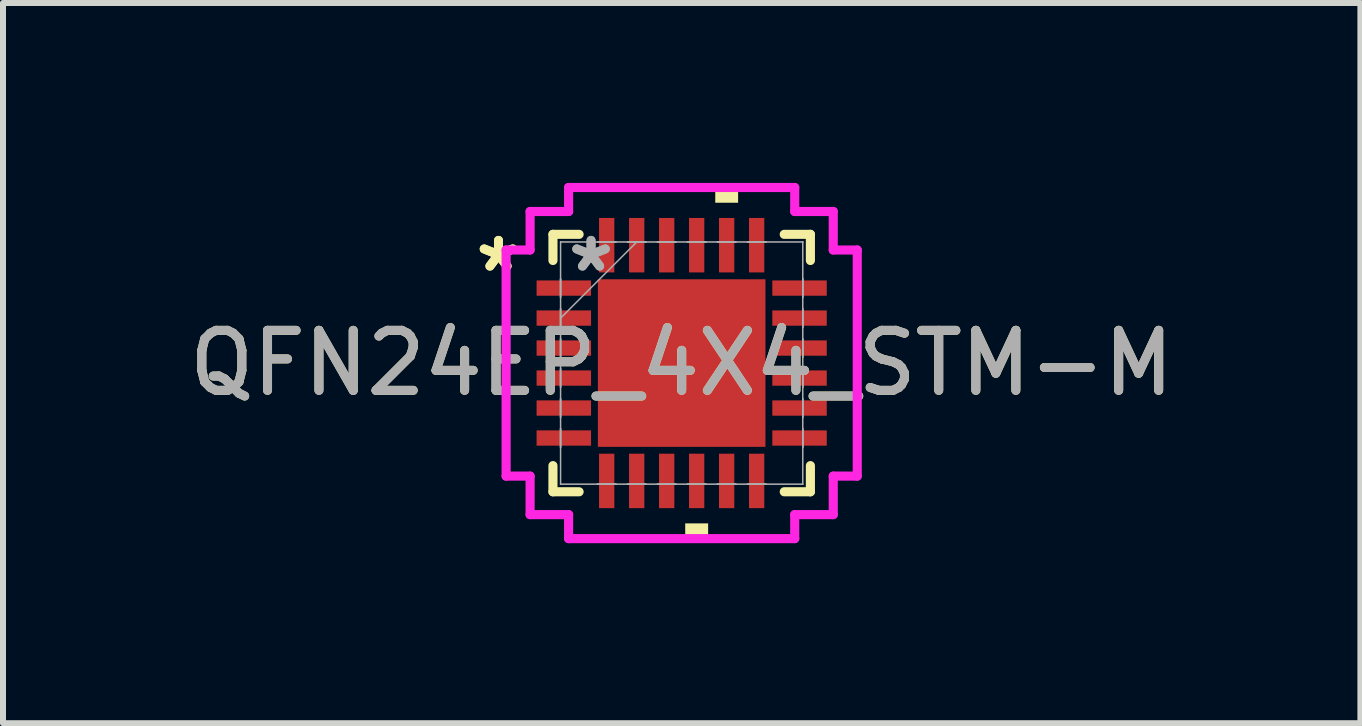
<source format=kicad_pcb>
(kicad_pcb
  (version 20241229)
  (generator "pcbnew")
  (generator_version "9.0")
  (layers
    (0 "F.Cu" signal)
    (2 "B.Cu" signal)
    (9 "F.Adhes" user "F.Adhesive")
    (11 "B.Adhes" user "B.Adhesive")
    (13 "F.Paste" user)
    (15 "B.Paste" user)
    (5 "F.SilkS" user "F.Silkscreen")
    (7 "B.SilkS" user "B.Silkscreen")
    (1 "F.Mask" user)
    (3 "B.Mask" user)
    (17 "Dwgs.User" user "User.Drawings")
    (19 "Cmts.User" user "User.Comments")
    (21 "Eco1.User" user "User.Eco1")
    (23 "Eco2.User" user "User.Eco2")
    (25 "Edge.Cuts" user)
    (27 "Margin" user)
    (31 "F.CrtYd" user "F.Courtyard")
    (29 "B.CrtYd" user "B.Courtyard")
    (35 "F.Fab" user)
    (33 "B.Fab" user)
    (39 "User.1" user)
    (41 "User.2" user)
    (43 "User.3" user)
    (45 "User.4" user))
  (footprint "QFN24EP_4X4_STM-M"
    (layer "F.Cu")
    (at 8.315 3.003)
    (property "Reference" "QFN24EP_4X4_STM-M" (at 0 0 0) (unlocked yes) (layer "F.SilkS") (effects (font (size 1 1) (thickness 0.15))))
    (attr smd)
    (fp_line (start -2.146 -2.146) (end -2.146 -1.71) (stroke (width 0.152) (type solid)) (layer "F.SilkS"))
    (fp_line (start -2.146 1.71) (end -2.146 2.146) (stroke (width 0.152) (type solid)) (layer "F.SilkS"))
    (fp_line (start -2.146 2.146) (end -1.71 2.146) (stroke (width 0.152) (type solid)) (layer "F.SilkS"))
    (fp_line (start -1.71 -2.146) (end -2.146 -2.146) (stroke (width 0.152) (type solid)) (layer "F.SilkS"))
    (fp_line (start 1.71 2.146) (end 2.146 2.146) (stroke (width 0.152) (type solid)) (layer "F.SilkS"))
    (fp_line (start 2.146 -2.146) (end 1.71 -2.146) (stroke (width 0.152) (type solid)) (layer "F.SilkS"))
    (fp_line (start 2.146 -1.71) (end 2.146 -2.146) (stroke (width 0.152) (type solid)) (layer "F.SilkS"))
    (fp_line (start 2.146 2.146) (end 2.146 1.71) (stroke (width 0.152) (type solid)) (layer "F.SilkS"))
    (fp_poly (pts (xy 0.059 2.673) (xy 0.059 2.927) (xy 0.441 2.927) (xy 0.441 2.673)) (stroke (width 0) (type solid)) (fill yes) (layer "F.SilkS"))
    (fp_poly (pts (xy 0.56 -2.673) (xy 0.56 -2.927) (xy 0.941 -2.927) (xy 0.941 -2.673)) (stroke (width 0) (type solid)) (fill yes) (layer "F.SilkS"))
    (fp_poly (pts (xy -1.297 -1.297) (xy -1.297 -0.1) (xy -0.1 -0.1) (xy -0.1 -1.297)) (stroke (width 0) (type solid)) (fill yes) (layer "F.Paste"))
    (fp_poly (pts (xy -1.297 0.1) (xy -1.297 1.297) (xy -0.1 1.297) (xy -0.1 0.1)) (stroke (width 0) (type solid)) (fill yes) (layer "F.Paste"))
    (fp_poly (pts (xy 0.1 -1.297) (xy 0.1 -0.1) (xy 1.297 -0.1) (xy 1.297 -1.297)) (stroke (width 0) (type solid)) (fill yes) (layer "F.Paste"))
    (fp_poly (pts (xy 0.1 0.1) (xy 0.1 1.297) (xy 1.297 1.297) (xy 1.297 0.1)) (stroke (width 0) (type solid)) (fill yes) (layer "F.Paste"))
    (fp_line (start -2.927 -1.885) (end -2.527 -1.885) (stroke (width 0.152) (type solid)) (layer "F.CrtYd"))
    (fp_line (start -2.927 1.885) (end -2.927 -1.885) (stroke (width 0.152) (type solid)) (layer "F.CrtYd"))
    (fp_line (start -2.527 -2.527) (end -1.885 -2.527) (stroke (width 0.152) (type solid)) (layer "F.CrtYd"))
    (fp_line (start -2.527 -1.885) (end -2.527 -2.527) (stroke (width 0.152) (type solid)) (layer "F.CrtYd"))
    (fp_line (start -2.527 1.885) (end -2.927 1.885) (stroke (width 0.152) (type solid)) (layer "F.CrtYd"))
    (fp_line (start -2.527 2.527) (end -2.527 1.885) (stroke (width 0.152) (type solid)) (layer "F.CrtYd"))
    (fp_line (start -1.885 -2.927) (end 1.885 -2.927) (stroke (width 0.152) (type solid)) (layer "F.CrtYd"))
    (fp_line (start -1.885 -2.527) (end -1.885 -2.927) (stroke (width 0.152) (type solid)) (layer "F.CrtYd"))
    (fp_line (start -1.885 2.527) (end -2.527 2.527) (stroke (width 0.152) (type solid)) (layer "F.CrtYd"))
    (fp_line (start -1.885 2.927) (end -1.885 2.527) (stroke (width 0.152) (type solid)) (layer "F.CrtYd"))
    (fp_line (start 1.885 -2.927) (end 1.885 -2.527) (stroke (width 0.152) (type solid)) (layer "F.CrtYd"))
    (fp_line (start 1.885 -2.527) (end 2.527 -2.527) (stroke (width 0.152) (type solid)) (layer "F.CrtYd"))
    (fp_line (start 1.885 2.527) (end 1.885 2.927) (stroke (width 0.152) (type solid)) (layer "F.CrtYd"))
    (fp_line (start 1.885 2.927) (end -1.885 2.927) (stroke (width 0.152) (type solid)) (layer "F.CrtYd"))
    (fp_line (start 2.527 -2.527) (end 2.527 -1.885) (stroke (width 0.152) (type solid)) (layer "F.CrtYd"))
    (fp_line (start 2.527 -1.885) (end 2.927 -1.885) (stroke (width 0.152) (type solid)) (layer "F.CrtYd"))
    (fp_line (start 2.527 1.885) (end 2.527 2.527) (stroke (width 0.152) (type solid)) (layer "F.CrtYd"))
    (fp_line (start 2.527 2.527) (end 1.885 2.527) (stroke (width 0.152) (type solid)) (layer "F.CrtYd"))
    (fp_line (start 2.927 -1.885) (end 2.927 1.885) (stroke (width 0.152) (type solid)) (layer "F.CrtYd"))
    (fp_line (start 2.927 1.885) (end 2.527 1.885) (stroke (width 0.152) (type solid)) (layer "F.CrtYd"))
    (fp_line (start -2.019 -2.019) (end -2.019 -2.019) (stroke (width 0.025) (type solid)) (layer "F.Fab"))
    (fp_line (start -2.019 -2.019) (end -2.019 2.019) (stroke (width 0.025) (type solid)) (layer "F.Fab"))
    (fp_line (start -2.019 -1.402) (end -2.019 -1.402) (stroke (width 0.025) (type solid)) (layer "F.Fab"))
    (fp_line (start -2.019 -1.402) (end -2.019 -1.098) (stroke (width 0.025) (type solid)) (layer "F.Fab"))
    (fp_line (start -2.019 -1.098) (end -2.019 -1.402) (stroke (width 0.025) (type solid)) (layer "F.Fab"))
    (fp_line (start -2.019 -1.098) (end -2.019 -1.098) (stroke (width 0.025) (type solid)) (layer "F.Fab"))
    (fp_line (start -2.019 -0.902) (end -2.019 -0.902) (stroke (width 0.025) (type solid)) (layer "F.Fab"))
    (fp_line (start -2.019 -0.902) (end -2.019 -0.598) (stroke (width 0.025) (type solid)) (layer "F.Fab"))
    (fp_line (start -2.019 -0.749) (end -0.749 -2.019) (stroke (width 0.025) (type solid)) (layer "F.Fab"))
    (fp_line (start -2.019 -0.598) (end -2.019 -0.902) (stroke (width 0.025) (type solid)) (layer "F.Fab"))
    (fp_line (start -2.019 -0.598) (end -2.019 -0.598) (stroke (width 0.025) (type solid)) (layer "F.Fab"))
    (fp_line (start -2.019 -0.402) (end -2.019 -0.402) (stroke (width 0.025) (type solid)) (layer "F.Fab"))
    (fp_line (start -2.019 -0.402) (end -2.019 -0.098) (stroke (width 0.025) (type solid)) (layer "F.Fab"))
    (fp_line (start -2.019 -0.098) (end -2.019 -0.402) (stroke (width 0.025) (type solid)) (layer "F.Fab"))
    (fp_line (start -2.019 -0.098) (end -2.019 -0.098) (stroke (width 0.025) (type solid)) (layer "F.Fab"))
    (fp_line (start -2.019 0.098) (end -2.019 0.098) (stroke (width 0.025) (type solid)) (layer "F.Fab"))
    (fp_line (start -2.019 0.098) (end -2.019 0.402) (stroke (width 0.025) (type solid)) (layer "F.Fab"))
    (fp_line (start -2.019 0.402) (end -2.019 0.098) (stroke (width 0.025) (type solid)) (layer "F.Fab"))
    (fp_line (start -2.019 0.402) (end -2.019 0.402) (stroke (width 0.025) (type solid)) (layer "F.Fab"))
    (fp_line (start -2.019 0.598) (end -2.019 0.598) (stroke (width 0.025) (type solid)) (layer "F.Fab"))
    (fp_line (start -2.019 0.598) (end -2.019 0.902) (stroke (width 0.025) (type solid)) (layer "F.Fab"))
    (fp_line (start -2.019 0.902) (end -2.019 0.598) (stroke (width 0.025) (type solid)) (layer "F.Fab"))
    (fp_line (start -2.019 0.902) (end -2.019 0.902) (stroke (width 0.025) (type solid)) (layer "F.Fab"))
    (fp_line (start -2.019 1.098) (end -2.019 1.098) (stroke (width 0.025) (type solid)) (layer "F.Fab"))
    (fp_line (start -2.019 1.098) (end -2.019 1.402) (stroke (width 0.025) (type solid)) (layer "F.Fab"))
    (fp_line (start -2.019 1.402) (end -2.019 1.098) (stroke (width 0.025) (type solid)) (layer "F.Fab"))
    (fp_line (start -2.019 1.402) (end -2.019 1.402) (stroke (width 0.025) (type solid)) (layer "F.Fab"))
    (fp_line (start -2.019 2.019) (end -2.019 2.019) (stroke (width 0.025) (type solid)) (layer "F.Fab"))
    (fp_line (start -2.019 2.019) (end 2.019 2.019) (stroke (width 0.025) (type solid)) (layer "F.Fab"))
    (fp_line (start -1.402 -2.019) (end -1.402 -2.019) (stroke (width 0.025) (type solid)) (layer "F.Fab"))
    (fp_line (start -1.402 -2.019) (end -1.098 -2.019) (stroke (width 0.025) (type solid)) (layer "F.Fab"))
    (fp_line (start -1.402 2.019) (end -1.402 2.019) (stroke (width 0.025) (type solid)) (layer "F.Fab"))
    (fp_line (start -1.402 2.019) (end -1.098 2.019) (stroke (width 0.025) (type solid)) (layer "F.Fab"))
    (fp_line (start -1.098 -2.019) (end -1.402 -2.019) (stroke (width 0.025) (type solid)) (layer "F.Fab"))
    (fp_line (start -1.098 -2.019) (end -1.098 -2.019) (stroke (width 0.025) (type solid)) (layer "F.Fab"))
    (fp_line (start -1.098 2.019) (end -1.402 2.019) (stroke (width 0.025) (type solid)) (layer "F.Fab"))
    (fp_line (start -1.098 2.019) (end -1.098 2.019) (stroke (width 0.025) (type solid)) (layer "F.Fab"))
    (fp_line (start -0.902 -2.019) (end -0.902 -2.019) (stroke (width 0.025) (type solid)) (layer "F.Fab"))
    (fp_line (start -0.902 -2.019) (end -0.598 -2.019) (stroke (width 0.025) (type solid)) (layer "F.Fab"))
    (fp_line (start -0.902 2.019) (end -0.902 2.019) (stroke (width 0.025) (type solid)) (layer "F.Fab"))
    (fp_line (start -0.902 2.019) (end -0.598 2.019) (stroke (width 0.025) (type solid)) (layer "F.Fab"))
    (fp_line (start -0.598 -2.019) (end -0.902 -2.019) (stroke (width 0.025) (type solid)) (layer "F.Fab"))
    (fp_line (start -0.598 -2.019) (end -0.598 -2.019) (stroke (width 0.025) (type solid)) (layer "F.Fab"))
    (fp_line (start -0.598 2.019) (end -0.902 2.019) (stroke (width 0.025) (type solid)) (layer "F.Fab"))
    (fp_line (start -0.598 2.019) (end -0.598 2.019) (stroke (width 0.025) (type solid)) (layer "F.Fab"))
    (fp_line (start -0.402 -2.019) (end -0.402 -2.019) (stroke (width 0.025) (type solid)) (layer "F.Fab"))
    (fp_line (start -0.402 -2.019) (end -0.098 -2.019) (stroke (width 0.025) (type solid)) (layer "F.Fab"))
    (fp_line (start -0.402 2.019) (end -0.402 2.019) (stroke (width 0.025) (type solid)) (layer "F.Fab"))
    (fp_line (start -0.402 2.019) (end -0.098 2.019) (stroke (width 0.025) (type solid)) (layer "F.Fab"))
    (fp_line (start -0.098 -2.019) (end -0.402 -2.019) (stroke (width 0.025) (type solid)) (layer "F.Fab"))
    (fp_line (start -0.098 -2.019) (end -0.098 -2.019) (stroke (width 0.025) (type solid)) (layer "F.Fab"))
    (fp_line (start -0.098 2.019) (end -0.402 2.019) (stroke (width 0.025) (type solid)) (layer "F.Fab"))
    (fp_line (start -0.098 2.019) (end -0.098 2.019) (stroke (width 0.025) (type solid)) (layer "F.Fab"))
    (fp_line (start 0.098 -2.019) (end 0.098 -2.019) (stroke (width 0.025) (type solid)) (layer "F.Fab"))
    (fp_line (start 0.098 -2.019) (end 0.402 -2.019) (stroke (width 0.025) (type solid)) (layer "F.Fab"))
    (fp_line (start 0.098 2.019) (end 0.098 2.019) (stroke (width 0.025) (type solid)) (layer "F.Fab"))
    (fp_line (start 0.098 2.019) (end 0.402 2.019) (stroke (width 0.025) (type solid)) (layer "F.Fab"))
    (fp_line (start 0.402 -2.019) (end 0.098 -2.019) (stroke (width 0.025) (type solid)) (layer "F.Fab"))
    (fp_line (start 0.402 -2.019) (end 0.402 -2.019) (stroke (width 0.025) (type solid)) (layer "F.Fab"))
    (fp_line (start 0.402 2.019) (end 0.098 2.019) (stroke (width 0.025) (type solid)) (layer "F.Fab"))
    (fp_line (start 0.402 2.019) (end 0.402 2.019) (stroke (width 0.025) (type solid)) (layer "F.Fab"))
    (fp_line (start 0.598 -2.019) (end 0.598 -2.019) (stroke (width 0.025) (type solid)) (layer "F.Fab"))
    (fp_line (start 0.598 -2.019) (end 0.902 -2.019) (stroke (width 0.025) (type solid)) (layer "F.Fab"))
    (fp_line (start 0.598 2.019) (end 0.598 2.019) (stroke (width 0.025) (type solid)) (layer "F.Fab"))
    (fp_line (start 0.598 2.019) (end 0.902 2.019) (stroke (width 0.025) (type solid)) (layer "F.Fab"))
    (fp_line (start 0.902 -2.019) (end 0.598 -2.019) (stroke (width 0.025) (type solid)) (layer "F.Fab"))
    (fp_line (start 0.902 -2.019) (end 0.902 -2.019) (stroke (width 0.025) (type solid)) (layer "F.Fab"))
    (fp_line (start 0.902 2.019) (end 0.598 2.019) (stroke (width 0.025) (type solid)) (layer "F.Fab"))
    (fp_line (start 0.902 2.019) (end 0.902 2.019) (stroke (width 0.025) (type solid)) (layer "F.Fab"))
    (fp_line (start 1.098 -2.019) (end 1.098 -2.019) (stroke (width 0.025) (type solid)) (layer "F.Fab"))
    (fp_line (start 1.098 -2.019) (end 1.402 -2.019) (stroke (width 0.025) (type solid)) (layer "F.Fab"))
    (fp_line (start 1.098 2.019) (end 1.098 2.019) (stroke (width 0.025) (type solid)) (layer "F.Fab"))
    (fp_line (start 1.098 2.019) (end 1.402 2.019) (stroke (width 0.025) (type solid)) (layer "F.Fab"))
    (fp_line (start 1.402 -2.019) (end 1.098 -2.019) (stroke (width 0.025) (type solid)) (layer "F.Fab"))
    (fp_line (start 1.402 -2.019) (end 1.402 -2.019) (stroke (width 0.025) (type solid)) (layer "F.Fab"))
    (fp_line (start 1.402 2.019) (end 1.098 2.019) (stroke (width 0.025) (type solid)) (layer "F.Fab"))
    (fp_line (start 1.402 2.019) (end 1.402 2.019) (stroke (width 0.025) (type solid)) (layer "F.Fab"))
    (fp_line (start 2.019 -2.019) (end -2.019 -2.019) (stroke (width 0.025) (type solid)) (layer "F.Fab"))
    (fp_line (start 2.019 -2.019) (end 2.019 -2.019) (stroke (width 0.025) (type solid)) (layer "F.Fab"))
    (fp_line (start 2.019 -1.402) (end 2.019 -1.402) (stroke (width 0.025) (type solid)) (layer "F.Fab"))
    (fp_line (start 2.019 -1.402) (end 2.019 -1.098) (stroke (width 0.025) (type solid)) (layer "F.Fab"))
    (fp_line (start 2.019 -1.098) (end 2.019 -1.402) (stroke (width 0.025) (type solid)) (layer "F.Fab"))
    (fp_line (start 2.019 -1.098) (end 2.019 -1.098) (stroke (width 0.025) (type solid)) (layer "F.Fab"))
    (fp_line (start 2.019 -0.902) (end 2.019 -0.902) (stroke (width 0.025) (type solid)) (layer "F.Fab"))
    (fp_line (start 2.019 -0.902) (end 2.019 -0.598) (stroke (width 0.025) (type solid)) (layer "F.Fab"))
    (fp_line (start 2.019 -0.598) (end 2.019 -0.902) (stroke (width 0.025) (type solid)) (layer "F.Fab"))
    (fp_line (start 2.019 -0.598) (end 2.019 -0.598) (stroke (width 0.025) (type solid)) (layer "F.Fab"))
    (fp_line (start 2.019 -0.402) (end 2.019 -0.402) (stroke (width 0.025) (type solid)) (layer "F.Fab"))
    (fp_line (start 2.019 -0.402) (end 2.019 -0.098) (stroke (width 0.025) (type solid)) (layer "F.Fab"))
    (fp_line (start 2.019 -0.098) (end 2.019 -0.402) (stroke (width 0.025) (type solid)) (layer "F.Fab"))
    (fp_line (start 2.019 -0.098) (end 2.019 -0.098) (stroke (width 0.025) (type solid)) (layer "F.Fab"))
    (fp_line (start 2.019 0.098) (end 2.019 0.098) (stroke (width 0.025) (type solid)) (layer "F.Fab"))
    (fp_line (start 2.019 0.098) (end 2.019 0.402) (stroke (width 0.025) (type solid)) (layer "F.Fab"))
    (fp_line (start 2.019 0.402) (end 2.019 0.098) (stroke (width 0.025) (type solid)) (layer "F.Fab"))
    (fp_line (start 2.019 0.402) (end 2.019 0.402) (stroke (width 0.025) (type solid)) (layer "F.Fab"))
    (fp_line (start 2.019 0.598) (end 2.019 0.598) (stroke (width 0.025) (type solid)) (layer "F.Fab"))
    (fp_line (start 2.019 0.598) (end 2.019 0.902) (stroke (width 0.025) (type solid)) (layer "F.Fab"))
    (fp_line (start 2.019 0.902) (end 2.019 0.598) (stroke (width 0.025) (type solid)) (layer "F.Fab"))
    (fp_line (start 2.019 0.902) (end 2.019 0.902) (stroke (width 0.025) (type solid)) (layer "F.Fab"))
    (fp_line (start 2.019 1.098) (end 2.019 1.098) (stroke (width 0.025) (type solid)) (layer "F.Fab"))
    (fp_line (start 2.019 1.098) (end 2.019 1.402) (stroke (width 0.025) (type solid)) (layer "F.Fab"))
    (fp_line (start 2.019 1.402) (end 2.019 1.098) (stroke (width 0.025) (type solid)) (layer "F.Fab"))
    (fp_line (start 2.019 1.402) (end 2.019 1.402) (stroke (width 0.025) (type solid)) (layer "F.Fab"))
    (fp_line (start 2.019 2.019) (end 2.019 -2.019) (stroke (width 0.025) (type solid)) (layer "F.Fab"))
    (fp_line (start 2.019 2.019) (end 2.019 2.019) (stroke (width 0.025) (type solid)) (layer "F.Fab"))
    (fp_text user "*" (at -3.054 -1.5 0) (unlocked yes) (layer "F.SilkS") (effects (font (size 1 1) (thickness 0.15))))
    (fp_text user "*" (at -3.054 -1.5 0) (layer "F.SilkS") (effects (font (size 1 1) (thickness 0.15))))
    (fp_text user "${REFERENCE}" (at 0 0 0) (unlocked yes) (layer "F.Fab") (effects (font (size 1 1) (thickness 0.15))))
    (fp_text user "*" (at -1.511 -1.5 0) (unlocked yes) (layer "F.Fab") (effects (font (size 1 1) (thickness 0.15))))
    (fp_text user "*" (at -1.511 -1.5 0) (layer "F.Fab") (effects (font (size 1 1) (thickness 0.15))))
    (pad "1" smd rect (at -1.965 -1.25 90) (size 0.255 0.908) (layers "F.Cu" "F.Mask" "F.Paste"))
    (pad "2" smd rect (at -1.965 -0.75 90) (size 0.255 0.908) (layers "F.Cu" "F.Mask" "F.Paste"))
    (pad "3" smd rect (at -1.965 -0.25 90) (size 0.255 0.908) (layers "F.Cu" "F.Mask" "F.Paste"))
    (pad "4" smd rect (at -1.965 0.25 90) (size 0.255 0.908) (layers "F.Cu" "F.Mask" "F.Paste"))
    (pad "5" smd rect (at -1.965 0.75 90) (size 0.255 0.908) (layers "F.Cu" "F.Mask" "F.Paste"))
    (pad "6" smd rect (at -1.965 1.25 90) (size 0.255 0.908) (layers "F.Cu" "F.Mask" "F.Paste"))
    (pad "7" smd rect (at -1.25 1.965) (size 0.255 0.908) (layers "F.Cu" "F.Mask" "F.Paste"))
    (pad "8" smd rect (at -0.75 1.965) (size 0.255 0.908) (layers "F.Cu" "F.Mask" "F.Paste"))
    (pad "9" smd rect (at -0.25 1.965) (size 0.255 0.908) (layers "F.Cu" "F.Mask" "F.Paste"))
    (pad "10" smd rect (at 0.25 1.965) (size 0.255 0.908) (layers "F.Cu" "F.Mask" "F.Paste"))
    (pad "11" smd rect (at 0.75 1.965) (size 0.255 0.908) (layers "F.Cu" "F.Mask" "F.Paste"))
    (pad "12" smd rect (at 1.25 1.965) (size 0.255 0.908) (layers "F.Cu" "F.Mask" "F.Paste"))
    (pad "13" smd rect (at 1.965 1.25 90) (size 0.255 0.908) (layers "F.Cu" "F.Mask" "F.Paste"))
    (pad "14" smd rect (at 1.965 0.75 90) (size 0.255 0.908) (layers "F.Cu" "F.Mask" "F.Paste"))
    (pad "15" smd rect (at 1.965 0.25 90) (size 0.255 0.908) (layers "F.Cu" "F.Mask" "F.Paste"))
    (pad "16" smd rect (at 1.965 -0.25 90) (size 0.255 0.908) (layers "F.Cu" "F.Mask" "F.Paste"))
    (pad "17" smd rect (at 1.965 -0.75 90) (size 0.255 0.908) (layers "F.Cu" "F.Mask" "F.Paste"))
    (pad "18" smd rect (at 1.965 -1.25 90) (size 0.255 0.908) (layers "F.Cu" "F.Mask" "F.Paste"))
    (pad "19" smd rect (at 1.25 -1.965) (size 0.255 0.908) (layers "F.Cu" "F.Mask" "F.Paste"))
    (pad "20" smd rect (at 0.75 -1.965) (size 0.255 0.908) (layers "F.Cu" "F.Mask" "F.Paste"))
    (pad "21" smd rect (at 0.25 -1.965) (size 0.255 0.908) (layers "F.Cu" "F.Mask" "F.Paste"))
    (pad "22" smd rect (at -0.25 -1.965) (size 0.255 0.908) (layers "F.Cu" "F.Mask" "F.Paste"))
    (pad "23" smd rect (at -0.75 -1.965) (size 0.255 0.908) (layers "F.Cu" "F.Mask" "F.Paste"))
    (pad "24" smd rect (at -1.25 -1.965) (size 0.255 0.908) (layers "F.Cu" "F.Mask" "F.Paste"))
    (pad "25" smd rect (at 0 0) (size 2.794 2.794) (layers "F.Cu" "F.Mask")))
  (gr_rect
    (start -3 -3)
    (end 19.631 9.007)
    (stroke (width 0.1) (type default))
    (fill no)
    (layer "Edge.Cuts")))
</source>
